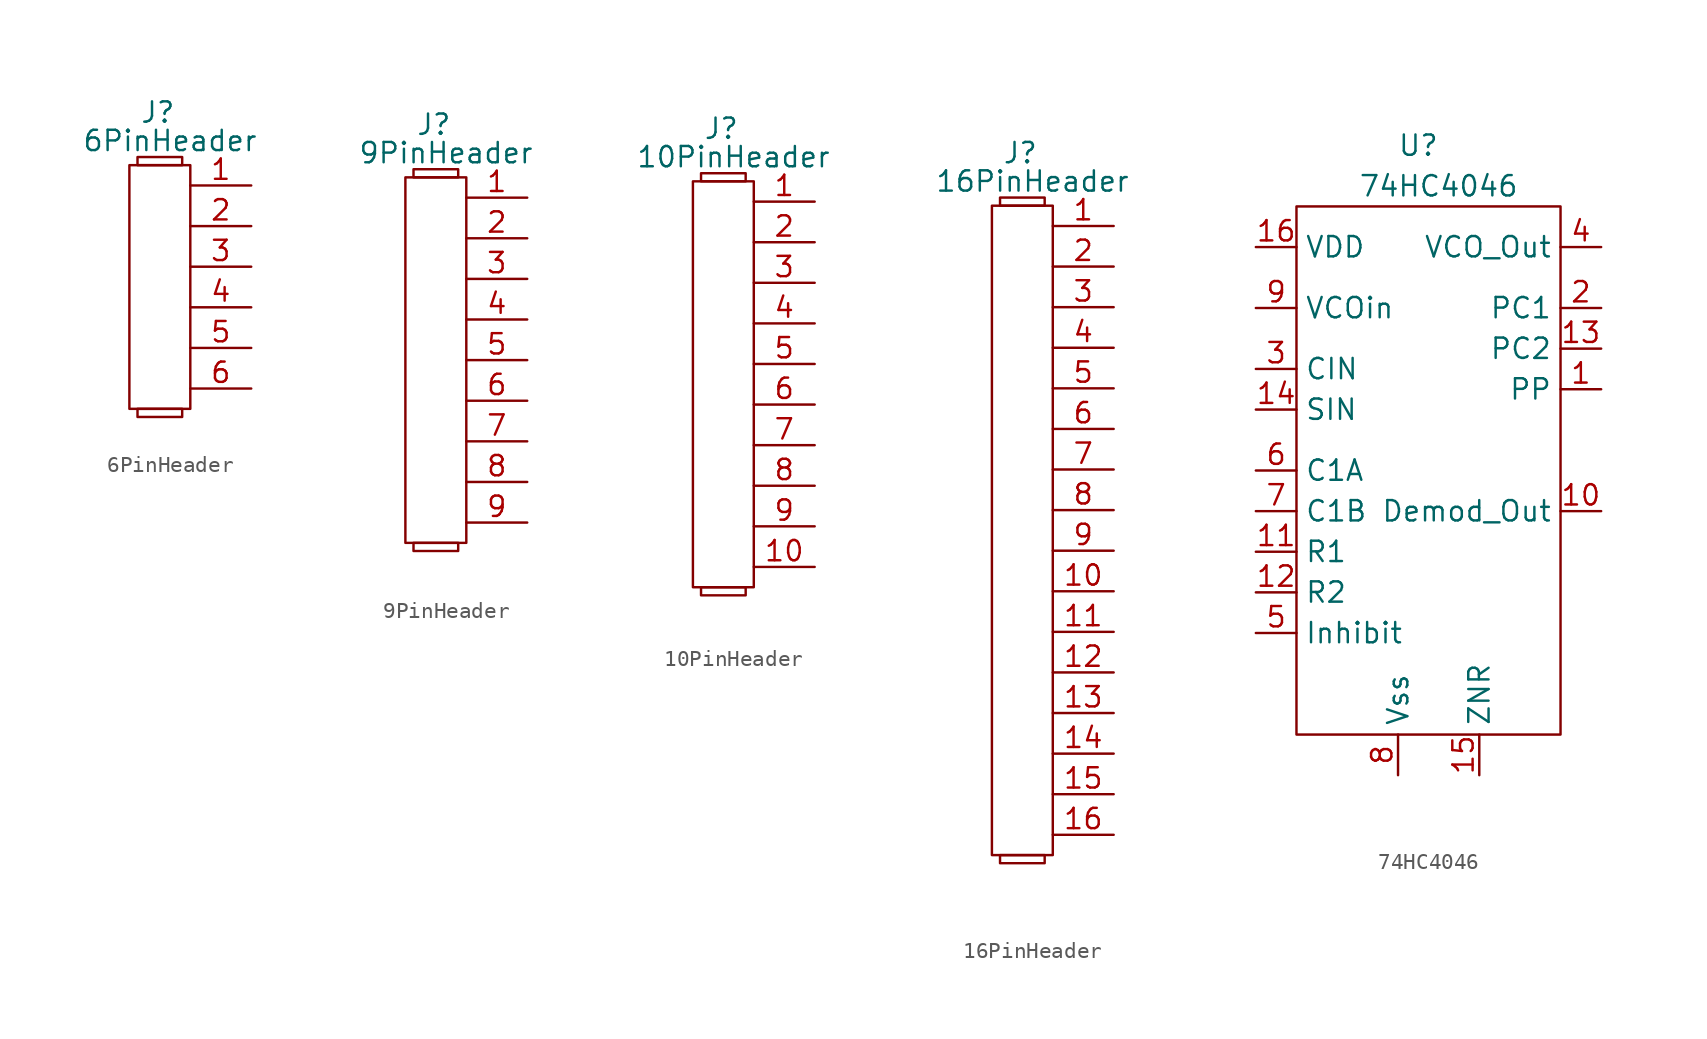
<source format=kicad_sym>
(kicad_symbol_lib
  (version 20211014)
  (generator kicad_symbol_editor)
  (symbol "6PinHeader"
    (property "Reference" "J"
      (at -0.762 -0.508 0)
      (effects (font (size 1.27 1.27))))
    (property "Value" "6PinHeader"
      (at 0 -2.286 0)
      (effects (font (size 1.27 1.27))))
    (symbol "6PinHeader_0_1"
      (rectangle (start -2.54 -3.81) (end 1.27 -19.05) (stroke (width 0) (type default) (color 0 0 0 0)) (fill (type none)))
      (rectangle (start -2.032 -19.05) (end 0.762 -19.558) (stroke (width 0) (type default) (color 0 0 0 0)) (fill (type none)))
      (rectangle (start -2.032 -3.81) (end 0.762 -3.302) (stroke (width 0) (type default) (color 0 0 0 0)) (fill (type none))))
    (symbol "6PinHeader_1_1"
      (pin bidirectional line (at 5.08 -5.08 180) (length 3.81) (name "~" (effects (font (size 1.27 1.27)))) (number "1" (effects (font (size 1.27 1.27)))))
      (pin bidirectional line (at 5.08 -7.62 180) (length 3.81) (name "~" (effects (font (size 1.27 1.27)))) (number "2" (effects (font (size 1.27 1.27)))))
      (pin bidirectional line (at 5.08 -10.16 180) (length 3.81) (name "~" (effects (font (size 1.27 1.27)))) (number "3" (effects (font (size 1.27 1.27)))))
      (pin bidirectional line (at 5.08 -12.7 180) (length 3.81) (name "~" (effects (font (size 1.27 1.27)))) (number "4" (effects (font (size 1.27 1.27)))))
      (pin bidirectional line (at 5.08 -15.24 180) (length 3.81) (name "~" (effects (font (size 1.27 1.27)))) (number "5" (effects (font (size 1.27 1.27)))))
      (pin bidirectional line (at 5.08 -17.78 180) (length 3.81) (name "~" (effects (font (size 1.27 1.27)))) (number "6" (effects (font (size 1.27 1.27)))))))
  (symbol "9PinHeader"
    (property "Reference" "J"
      (at -0.762 -0.508 0)
      (effects (font (size 1.27 1.27))))
    (property "Value" "9PinHeader"
      (at 0 -2.286 0)
      (effects (font (size 1.27 1.27))))
    (symbol "9PinHeader_0_1"
      (rectangle (start -2.54 -3.81) (end 1.27 -26.67) (stroke (width 0) (type default) (color 0 0 0 0)) (fill (type none)))
      (rectangle (start -2.032 -26.67) (end 0.762 -27.178) (stroke (width 0) (type default) (color 0 0 0 0)) (fill (type none)))
      (rectangle (start -2.032 -3.81) (end 0.762 -3.302) (stroke (width 0) (type default) (color 0 0 0 0)) (fill (type none))))
    (symbol "9PinHeader_1_1"
      (pin bidirectional line (at 5.08 -5.08 180) (length 3.81) (name "~" (effects (font (size 1.27 1.27)))) (number "1" (effects (font (size 1.27 1.27)))))
      (pin bidirectional line (at 5.08 -7.62 180) (length 3.81) (name "~" (effects (font (size 1.27 1.27)))) (number "2" (effects (font (size 1.27 1.27)))))
      (pin bidirectional line (at 5.08 -10.16 180) (length 3.81) (name "~" (effects (font (size 1.27 1.27)))) (number "3" (effects (font (size 1.27 1.27)))))
      (pin bidirectional line (at 5.08 -12.7 180) (length 3.81) (name "~" (effects (font (size 1.27 1.27)))) (number "4" (effects (font (size 1.27 1.27)))))
      (pin bidirectional line (at 5.08 -15.24 180) (length 3.81) (name "~" (effects (font (size 1.27 1.27)))) (number "5" (effects (font (size 1.27 1.27)))))
      (pin bidirectional line (at 5.08 -17.78 180) (length 3.81) (name "~" (effects (font (size 1.27 1.27)))) (number "6" (effects (font (size 1.27 1.27)))))
      (pin bidirectional line (at 5.08 -20.32 180) (length 3.81) (name "~" (effects (font (size 1.27 1.27)))) (number "7" (effects (font (size 1.27 1.27)))))
      (pin bidirectional line (at 5.08 -22.86 180) (length 3.81) (name "~" (effects (font (size 1.27 1.27)))) (number "8" (effects (font (size 1.27 1.27)))))
      (pin bidirectional line (at 5.08 -25.4 180) (length 3.81) (name "~" (effects (font (size 1.27 1.27)))) (number "9" (effects (font (size 1.27 1.27)))))))
  (symbol "10PinHeader"
    (property "Reference" "J"
      (at -0.762 -0.508 0)
      (effects (font (size 1.27 1.27))))
    (property "Value" "10PinHeader"
      (at 0 -2.286 0)
      (effects (font (size 1.27 1.27))))
    (symbol "10PinHeader_0_1"
      (rectangle (start -2.54 -3.81) (end 1.27 -29.21) (stroke (width 0) (type default) (color 0 0 0 0)) (fill (type none)))
      (rectangle (start -2.032 -29.21) (end 0.762 -29.718) (stroke (width 0) (type default) (color 0 0 0 0)) (fill (type none)))
      (rectangle (start -2.032 -3.81) (end 0.762 -3.302) (stroke (width 0) (type default) (color 0 0 0 0)) (fill (type none))))
    (symbol "10PinHeader_1_1"
      (pin bidirectional line (at 5.08 -5.08 180) (length 3.81) (name "~" (effects (font (size 1.27 1.27)))) (number "1" (effects (font (size 1.27 1.27)))))
      (pin bidirectional line (at 5.08 -27.94 180) (length 3.81) (name "~" (effects (font (size 1.27 1.27)))) (number "10" (effects (font (size 1.27 1.27)))))
      (pin bidirectional line (at 5.08 -7.62 180) (length 3.81) (name "~" (effects (font (size 1.27 1.27)))) (number "2" (effects (font (size 1.27 1.27)))))
      (pin bidirectional line (at 5.08 -10.16 180) (length 3.81) (name "~" (effects (font (size 1.27 1.27)))) (number "3" (effects (font (size 1.27 1.27)))))
      (pin bidirectional line (at 5.08 -12.7 180) (length 3.81) (name "~" (effects (font (size 1.27 1.27)))) (number "4" (effects (font (size 1.27 1.27)))))
      (pin bidirectional line (at 5.08 -15.24 180) (length 3.81) (name "~" (effects (font (size 1.27 1.27)))) (number "5" (effects (font (size 1.27 1.27)))))
      (pin bidirectional line (at 5.08 -17.78 180) (length 3.81) (name "~" (effects (font (size 1.27 1.27)))) (number "6" (effects (font (size 1.27 1.27)))))
      (pin bidirectional line (at 5.08 -20.32 180) (length 3.81) (name "~" (effects (font (size 1.27 1.27)))) (number "7" (effects (font (size 1.27 1.27)))))
      (pin bidirectional line (at 5.08 -22.86 180) (length 3.81) (name "~" (effects (font (size 1.27 1.27)))) (number "8" (effects (font (size 1.27 1.27)))))
      (pin bidirectional line (at 5.08 -25.4 180) (length 3.81) (name "~" (effects (font (size 1.27 1.27)))) (number "9" (effects (font (size 1.27 1.27)))))))
  (symbol "16PinHeader"
    (property "Reference" "J"
      (at -0.762 -0.508 0)
      (effects (font (size 1.27 1.27))))
    (property "Value" "16PinHeader"
      (at 0 -2.286 0)
      (effects (font (size 1.27 1.27))))
    (symbol "16PinHeader_0_1"
      (rectangle (start -2.54 -3.81) (end 1.27 -44.45) (stroke (width 0) (type default) (color 0 0 0 0)) (fill (type none)))
      (rectangle (start -2.032 -44.45) (end 0.762 -44.958) (stroke (width 0) (type default) (color 0 0 0 0)) (fill (type none)))
      (rectangle (start -2.032 -3.81) (end 0.762 -3.302) (stroke (width 0) (type default) (color 0 0 0 0)) (fill (type none))))
    (symbol "16PinHeader_1_1"
      (pin bidirectional line (at 5.08 -5.08 180) (length 3.81) (name "~" (effects (font (size 1.27 1.27)))) (number "1" (effects (font (size 1.27 1.27)))))
      (pin bidirectional line (at 5.08 -27.94 180) (length 3.81) (name "~" (effects (font (size 1.27 1.27)))) (number "10" (effects (font (size 1.27 1.27)))))
      (pin bidirectional line (at 5.08 -30.48 180) (length 3.81) (name "~" (effects (font (size 1.27 1.27)))) (number "11" (effects (font (size 1.27 1.27)))))
      (pin bidirectional line (at 5.08 -33.02 180) (length 3.81) (name "~" (effects (font (size 1.27 1.27)))) (number "12" (effects (font (size 1.27 1.27)))))
      (pin bidirectional line (at 5.08 -35.56 180) (length 3.81) (name "~" (effects (font (size 1.27 1.27)))) (number "13" (effects (font (size 1.27 1.27)))))
      (pin bidirectional line (at 5.08 -38.1 180) (length 3.81) (name "~" (effects (font (size 1.27 1.27)))) (number "14" (effects (font (size 1.27 1.27)))))
      (pin bidirectional line (at 5.08 -40.64 180) (length 3.81) (name "~" (effects (font (size 1.27 1.27)))) (number "15" (effects (font (size 1.27 1.27)))))
      (pin bidirectional line (at 5.08 -43.18 180) (length 3.81) (name "~" (effects (font (size 1.27 1.27)))) (number "16" (effects (font (size 1.27 1.27)))))
      (pin bidirectional line (at 5.08 -7.62 180) (length 3.81) (name "~" (effects (font (size 1.27 1.27)))) (number "2" (effects (font (size 1.27 1.27)))))
      (pin bidirectional line (at 5.08 -10.16 180) (length 3.81) (name "~" (effects (font (size 1.27 1.27)))) (number "3" (effects (font (size 1.27 1.27)))))
      (pin bidirectional line (at 5.08 -12.7 180) (length 3.81) (name "~" (effects (font (size 1.27 1.27)))) (number "4" (effects (font (size 1.27 1.27)))))
      (pin bidirectional line (at 5.08 -15.24 180) (length 3.81) (name "~" (effects (font (size 1.27 1.27)))) (number "5" (effects (font (size 1.27 1.27)))))
      (pin bidirectional line (at 5.08 -17.78 180) (length 3.81) (name "~" (effects (font (size 1.27 1.27)))) (number "6" (effects (font (size 1.27 1.27)))))
      (pin bidirectional line (at 5.08 -20.32 180) (length 3.81) (name "~" (effects (font (size 1.27 1.27)))) (number "7" (effects (font (size 1.27 1.27)))))
      (pin bidirectional line (at 5.08 -22.86 180) (length 3.81) (name "~" (effects (font (size 1.27 1.27)))) (number "8" (effects (font (size 1.27 1.27)))))
      (pin bidirectional line (at 5.08 -25.4 180) (length 3.81) (name "~" (effects (font (size 1.27 1.27)))) (number "9" (effects (font (size 1.27 1.27)))))))
  (symbol "74HC4046"
    (property "Reference" "U"
      (at 50.8 -6.35 0)
      (effects (font (size 1.27 1.27))))
    (property "Value" "74HC4046"
      (at 52.07 -8.89 0)
      (effects (font (size 1.27 1.27))))
    (symbol "74HC4046_0_1"
      (rectangle (start 43.18 -10.16) (end 59.69 -43.18) (stroke (width 0) (type default) (color 0 0 0 0)) (fill (type none))))
    (symbol "74HC4046_1_1"
      (pin output line (at 62.23 -21.59 180) (length 2.54) (name "PP" (effects (font (size 1.27 1.27)))) (number "1" (effects (font (size 1.27 1.27)))))
      (pin output line (at 62.23 -29.21 180) (length 2.54) (name "Demod_Out" (effects (font (size 1.27 1.27)))) (number "10" (effects (font (size 1.27 1.27)))))
      (pin input line (at 40.64 -31.75 0) (length 2.54) (name "R1" (effects (font (size 1.27 1.27)))) (number "11" (effects (font (size 1.27 1.27)))))
      (pin input line (at 40.64 -34.29 0) (length 2.54) (name "R2" (effects (font (size 1.27 1.27)))) (number "12" (effects (font (size 1.27 1.27)))))
      (pin output line (at 62.23 -19.05 180) (length 2.54) (name "PC2" (effects (font (size 1.27 1.27)))) (number "13" (effects (font (size 1.27 1.27)))))
      (pin input line (at 40.64 -22.86 0) (length 2.54) (name "SIN" (effects (font (size 1.27 1.27)))) (number "14" (effects (font (size 1.27 1.27)))))
      (pin input line (at 54.61 -45.72 90) (length 2.54) (name "ZNR" (effects (font (size 1.27 1.27)))) (number "15" (effects (font (size 1.27 1.27)))))
      (pin input line (at 40.64 -12.7 0) (length 2.54) (name "VDD" (effects (font (size 1.27 1.27)))) (number "16" (effects (font (size 1.27 1.27)))))
      (pin output line (at 62.23 -16.51 180) (length 2.54) (name "PC1" (effects (font (size 1.27 1.27)))) (number "2" (effects (font (size 1.27 1.27)))))
      (pin input line (at 40.64 -20.32 0) (length 2.54) (name "CIN" (effects (font (size 1.27 1.27)))) (number "3" (effects (font (size 1.27 1.27)))))
      (pin output line (at 62.23 -12.7 180) (length 2.54) (name "VCO_Out" (effects (font (size 1.27 1.27)))) (number "4" (effects (font (size 1.27 1.27)))))
      (pin input line (at 40.64 -36.83 0) (length 2.54) (name "Inhibit" (effects (font (size 1.27 1.27)))) (number "5" (effects (font (size 1.27 1.27)))))
      (pin input line (at 40.64 -26.67 0) (length 2.54) (name "C1A" (effects (font (size 1.27 1.27)))) (number "6" (effects (font (size 1.27 1.27)))))
      (pin input line (at 40.64 -29.21 0) (length 2.54) (name "C1B" (effects (font (size 1.27 1.27)))) (number "7" (effects (font (size 1.27 1.27)))))
      (pin input line (at 49.53 -45.72 90) (length 2.54) (name "Vss" (effects (font (size 1.27 1.27)))) (number "8" (effects (font (size 1.27 1.27)))))
      (pin input line (at 40.64 -16.51 0) (length 2.54) (name "VCOin" (effects (font (size 1.27 1.27)))) (number "9" (effects (font (size 1.27 1.27))))))))
</source>
